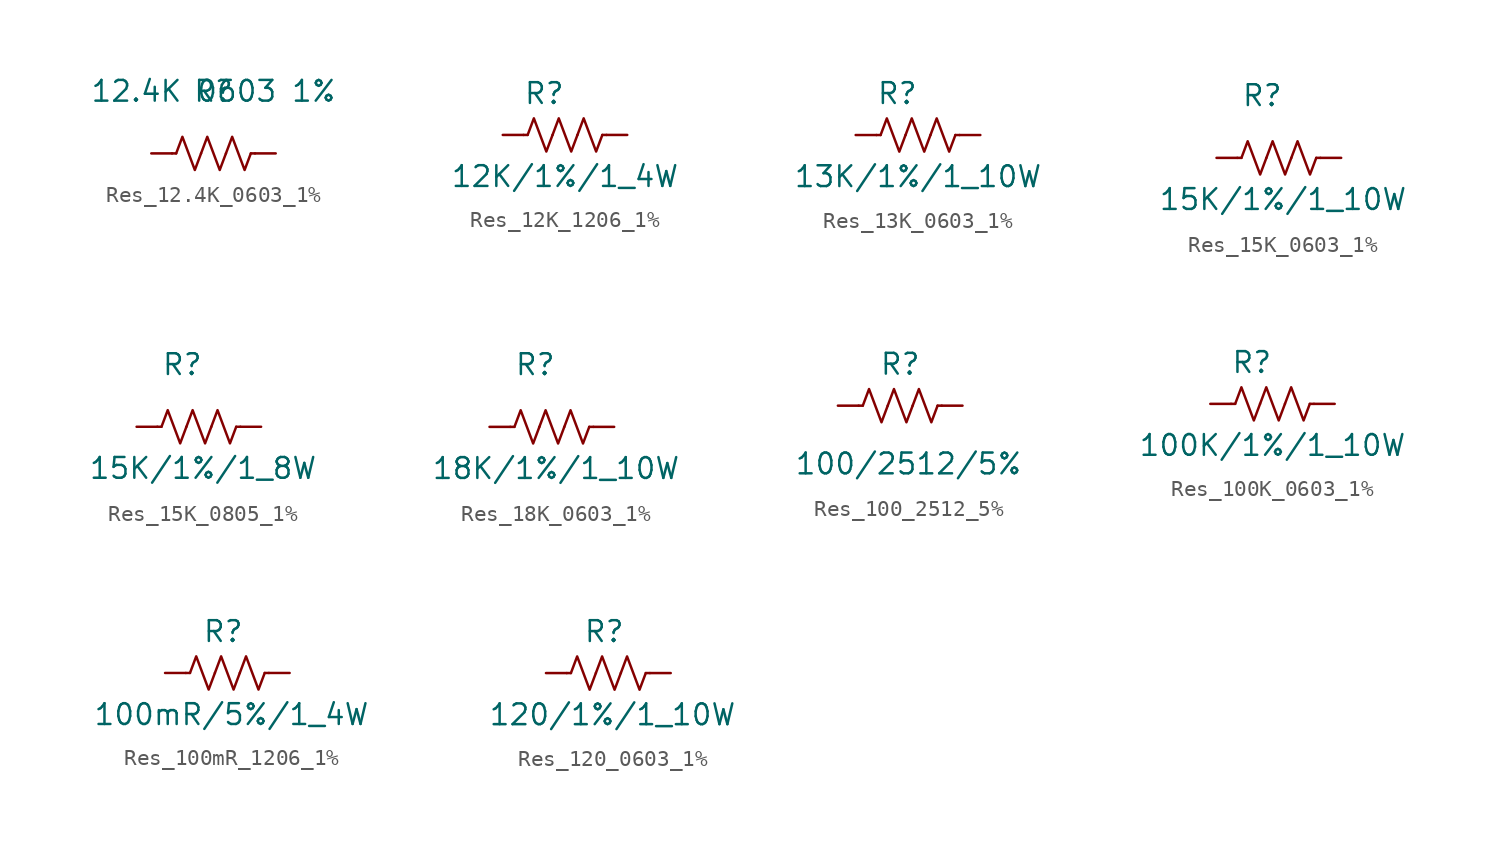
<source format=kicad_sym>
(kicad_symbol_lib
  (version 20231120)
  (generator "kicad_symbol_editor")
  (generator_version "8.0")
  (symbol "Res_12.4K_0603_1%"
    (pin_numbers hide)
    (pin_names hide)
    (property "Reference" "R"
      (at 0 0 0)
      (effects (font (size 1.27 1.27))))
    (property "Value" "12.4K 0603 1%"
      (at 0 0 0)
      (effects (font (size 1.27 1.27))))
    (symbol "Res_12.4K_0603_1%_0_1"
      (polyline (pts (xy -2.286 -3.81) (xy -2.54 -3.81)) (stroke (width 0) (type default)) (fill (type none)))
      (polyline (pts (xy 2.286 -3.81) (xy 2.54 -3.81)) (stroke (width 0) (type default)) (fill (type none)))
      (polyline (pts (xy -2.286 -3.81) (xy -1.905 -2.794) (xy -1.524 -3.81) (xy -1.143 -4.826) (xy -0.762 -3.81)) (stroke (width 0) (type default)) (fill (type none)))
      (polyline (pts (xy 0.762 -3.81) (xy 1.143 -2.794) (xy 1.524 -3.81) (xy 1.905 -4.826) (xy 2.286 -3.81)) (stroke (width 0) (type default)) (fill (type none))))
    (symbol "Res_12.4K_0603_1%_1_1"
      (polyline (pts (xy -0.762 -3.81) (xy -0.381 -2.794) (xy 0 -3.81) (xy 0.381 -4.826) (xy 0.762 -3.81)) (stroke (width 0) (type default)) (fill (type none)))
      (pin passive line (at -3.81 -3.81 0) (length 1.27) (name "~" (effects (font (size 1.27 1.27)))) (number "1" (effects (font (size 1.27 1.27)))))
      (pin passive line (at 3.81 -3.81 180) (length 1.27) (name "~" (effects (font (size 1.27 1.27)))) (number "2" (effects (font (size 1.27 1.27)))))))
  (symbol "Res_12K_1206_1%"
    (pin_numbers hide)
    (pin_names hide)
    (property "Reference" "R"
      (at 2.54 2.54 0)
      (effects (font (size 1.27 1.27))))
    (property "Value" "12K/1%/1_4W"
      (at 3.81 -2.54 0)
      (effects (font (size 1.27 1.27))))
    (symbol "Res_12K_1206_1%_0_1"
      (polyline (pts (xy 1.524 0) (xy 1.27 0)) (stroke (width 0) (type default)) (fill (type none)))
      (polyline (pts (xy 6.096 0) (xy 6.35 0)) (stroke (width 0) (type default)) (fill (type none)))
      (polyline (pts (xy 1.524 0) (xy 1.905 1.016) (xy 2.286 0) (xy 2.667 -1.016) (xy 3.048 0)) (stroke (width 0) (type default)) (fill (type none)))
      (polyline (pts (xy 3.048 0) (xy 3.429 1.016) (xy 3.81 0) (xy 4.191 -1.016) (xy 4.572 0)) (stroke (width 0) (type default)) (fill (type none)))
      (polyline (pts (xy 4.572 0) (xy 4.953 1.016) (xy 5.334 0) (xy 5.715 -1.016) (xy 6.096 0)) (stroke (width 0) (type default)) (fill (type none))))
    (symbol "Res_12K_1206_1%_1_1"
      (pin passive line (at 0 0 0) (length 1.27) (name "~" (effects (font (size 1.27 1.27)))) (number "1" (effects (font (size 1.27 1.27)))))
      (pin passive line (at 7.62 0 180) (length 1.27) (name "~" (effects (font (size 1.27 1.27)))) (number "2" (effects (font (size 1.27 1.27)))))))
  (symbol "Res_13K_0603_1%"
    (pin_numbers hide)
    (pin_names hide)
    (property "Reference" "R"
      (at 2.54 2.54 0)
      (effects (font (size 1.27 1.27))))
    (property "Value" "13K/1%/1_10W"
      (at 3.81 -2.54 0)
      (effects (font (size 1.27 1.27))))
    (symbol "Res_13K_0603_1%_0_1"
      (polyline (pts (xy 1.524 0) (xy 1.27 0)) (stroke (width 0) (type default)) (fill (type none)))
      (polyline (pts (xy 6.096 0) (xy 6.35 0)) (stroke (width 0) (type default)) (fill (type none)))
      (polyline (pts (xy 1.524 0) (xy 1.905 1.016) (xy 2.286 0) (xy 2.667 -1.016) (xy 3.048 0)) (stroke (width 0) (type default)) (fill (type none)))
      (polyline (pts (xy 3.048 0) (xy 3.429 1.016) (xy 3.81 0) (xy 4.191 -1.016) (xy 4.572 0)) (stroke (width 0) (type default)) (fill (type none)))
      (polyline (pts (xy 4.572 0) (xy 4.953 1.016) (xy 5.334 0) (xy 5.715 -1.016) (xy 6.096 0)) (stroke (width 0) (type default)) (fill (type none))))
    (symbol "Res_13K_0603_1%_1_1"
      (pin passive line (at 0 0 0) (length 1.27) (name "~" (effects (font (size 1.27 1.27)))) (number "1" (effects (font (size 1.27 1.27)))))
      (pin passive line (at 7.62 0 180) (length 1.27) (name "~" (effects (font (size 1.27 1.27)))) (number "2" (effects (font (size 1.27 1.27)))))))
  (symbol "Res_15K_0603_1%"
    (pin_numbers hide)
    (pin_names hide)
    (property "Reference" "R"
      (at 2.794 3.81 0)
      (effects (font (size 1.27 1.27))))
    (property "Value" "15K/1%/1_10W"
      (at 4.064 -2.54 0)
      (effects (font (size 1.27 1.27))))
    (symbol "Res_15K_0603_1%_0_1"
      (polyline (pts (xy 1.524 0) (xy 1.27 0)) (stroke (width 0) (type default)) (fill (type none)))
      (polyline (pts (xy 6.096 0) (xy 6.35 0)) (stroke (width 0) (type default)) (fill (type none)))
      (polyline (pts (xy 1.524 0) (xy 1.905 1.016) (xy 2.286 0) (xy 2.667 -1.016) (xy 3.048 0)) (stroke (width 0) (type default)) (fill (type none)))
      (polyline (pts (xy 3.048 0) (xy 3.429 1.016) (xy 3.81 0) (xy 4.191 -1.016) (xy 4.572 0)) (stroke (width 0) (type default)) (fill (type none)))
      (polyline (pts (xy 4.572 0) (xy 4.953 1.016) (xy 5.334 0) (xy 5.715 -1.016) (xy 6.096 0)) (stroke (width 0) (type default)) (fill (type none))))
    (symbol "Res_15K_0603_1%_1_1"
      (pin passive line (at 0 0 0) (length 1.27) (name "~" (effects (font (size 1.27 1.27)))) (number "1" (effects (font (size 1.27 1.27)))))
      (pin passive line (at 7.62 0 180) (length 1.27) (name "~" (effects (font (size 1.27 1.27)))) (number "2" (effects (font (size 1.27 1.27)))))))
  (symbol "Res_15K_0805_1%"
    (pin_numbers hide)
    (pin_names hide)
    (property "Reference" "R"
      (at 2.794 3.81 0)
      (effects (font (size 1.27 1.27))))
    (property "Value" "15K/1%/1_8W"
      (at 4.064 -2.54 0)
      (effects (font (size 1.27 1.27))))
    (symbol "Res_15K_0805_1%_0_1"
      (polyline (pts (xy 1.524 0) (xy 1.27 0)) (stroke (width 0) (type default)) (fill (type none)))
      (polyline (pts (xy 6.096 0) (xy 6.35 0)) (stroke (width 0) (type default)) (fill (type none)))
      (polyline (pts (xy 1.524 0) (xy 1.905 1.016) (xy 2.286 0) (xy 2.667 -1.016) (xy 3.048 0)) (stroke (width 0) (type default)) (fill (type none)))
      (polyline (pts (xy 3.048 0) (xy 3.429 1.016) (xy 3.81 0) (xy 4.191 -1.016) (xy 4.572 0)) (stroke (width 0) (type default)) (fill (type none)))
      (polyline (pts (xy 4.572 0) (xy 4.953 1.016) (xy 5.334 0) (xy 5.715 -1.016) (xy 6.096 0)) (stroke (width 0) (type default)) (fill (type none))))
    (symbol "Res_15K_0805_1%_1_1"
      (pin passive line (at 0 0 0) (length 1.27) (name "~" (effects (font (size 1.27 1.27)))) (number "1" (effects (font (size 1.27 1.27)))))
      (pin passive line (at 7.62 0 180) (length 1.27) (name "~" (effects (font (size 1.27 1.27)))) (number "2" (effects (font (size 1.27 1.27)))))))
  (symbol "Res_18K_0603_1%"
    (pin_numbers hide)
    (pin_names hide)
    (property "Reference" "R"
      (at 2.794 3.81 0)
      (effects (font (size 1.27 1.27))))
    (property "Value" "18K/1%/1_10W"
      (at 4.064 -2.54 0)
      (effects (font (size 1.27 1.27))))
    (symbol "Res_18K_0603_1%_0_1"
      (polyline (pts (xy 1.524 0) (xy 1.27 0)) (stroke (width 0) (type default)) (fill (type none)))
      (polyline (pts (xy 6.096 0) (xy 6.35 0)) (stroke (width 0) (type default)) (fill (type none)))
      (polyline (pts (xy 1.524 0) (xy 1.905 1.016) (xy 2.286 0) (xy 2.667 -1.016) (xy 3.048 0)) (stroke (width 0) (type default)) (fill (type none)))
      (polyline (pts (xy 3.048 0) (xy 3.429 1.016) (xy 3.81 0) (xy 4.191 -1.016) (xy 4.572 0)) (stroke (width 0) (type default)) (fill (type none)))
      (polyline (pts (xy 4.572 0) (xy 4.953 1.016) (xy 5.334 0) (xy 5.715 -1.016) (xy 6.096 0)) (stroke (width 0) (type default)) (fill (type none))))
    (symbol "Res_18K_0603_1%_1_1"
      (pin passive line (at 0 0 0) (length 1.27) (name "~" (effects (font (size 1.27 1.27)))) (number "1" (effects (font (size 1.27 1.27)))))
      (pin passive line (at 7.62 0 180) (length 1.27) (name "~" (effects (font (size 1.27 1.27)))) (number "2" (effects (font (size 1.27 1.27)))))))
  (symbol "Res_100_2512_5%"
    (pin_numbers hide)
    (pin_names hide)
    (property "Reference" "R"
      (at 0 0 0)
      (effects (font (size 1.27 1.27))))
    (property "Value" "100/2512/5%"
      (at 0.508 -6.096 0)
      (effects (font (size 1.27 1.27))))
    (symbol "Res_100_2512_5%_0_1"
      (polyline (pts (xy -2.286 -2.54) (xy -2.54 -2.54)) (stroke (width 0) (type default)) (fill (type none)))
      (polyline (pts (xy 2.286 -2.54) (xy 2.54 -2.54)) (stroke (width 0) (type default)) (fill (type none)))
      (polyline (pts (xy -2.286 -2.54) (xy -1.905 -1.524) (xy -1.524 -2.54) (xy -1.143 -3.556) (xy -0.762 -2.54)) (stroke (width 0) (type default)) (fill (type none)))
      (polyline (pts (xy 0.762 -2.54) (xy 1.143 -1.524) (xy 1.524 -2.54) (xy 1.905 -3.556) (xy 2.286 -2.54)) (stroke (width 0) (type default)) (fill (type none))))
    (symbol "Res_100_2512_5%_1_1"
      (polyline (pts (xy -0.762 -2.54) (xy -0.381 -1.524) (xy 0 -2.54) (xy 0.381 -3.556) (xy 0.762 -2.54)) (stroke (width 0) (type default)) (fill (type none)))
      (pin passive line (at -3.81 -2.54 0) (length 1.27) (name "~" (effects (font (size 1.27 1.27)))) (number "1" (effects (font (size 1.27 1.27)))))
      (pin passive line (at 3.81 -2.54 180) (length 1.27) (name "~" (effects (font (size 1.27 1.27)))) (number "2" (effects (font (size 1.27 1.27)))))))
  (symbol "Res_100K_0603_1%"
    (pin_numbers hide)
    (pin_names hide)
    (property "Reference" "R"
      (at 2.54 2.54 0)
      (effects (font (size 1.27 1.27))))
    (property "Value" "100K/1%/1_10W"
      (at 3.81 -2.54 0)
      (effects (font (size 1.27 1.27))))
    (symbol "Res_100K_0603_1%_0_1"
      (polyline (pts (xy 1.524 0) (xy 1.27 0)) (stroke (width 0) (type default)) (fill (type none)))
      (polyline (pts (xy 6.096 0) (xy 6.35 0)) (stroke (width 0) (type default)) (fill (type none)))
      (polyline (pts (xy 1.524 0) (xy 1.905 1.016) (xy 2.286 0) (xy 2.667 -1.016) (xy 3.048 0)) (stroke (width 0) (type default)) (fill (type none)))
      (polyline (pts (xy 3.048 0) (xy 3.429 1.016) (xy 3.81 0) (xy 4.191 -1.016) (xy 4.572 0)) (stroke (width 0) (type default)) (fill (type none)))
      (polyline (pts (xy 4.572 0) (xy 4.953 1.016) (xy 5.334 0) (xy 5.715 -1.016) (xy 6.096 0)) (stroke (width 0) (type default)) (fill (type none))))
    (symbol "Res_100K_0603_1%_1_1"
      (pin passive line (at 0 0 0) (length 1.27) (name "~" (effects (font (size 1.27 1.27)))) (number "1" (effects (font (size 1.27 1.27)))))
      (pin passive line (at 7.62 0 180) (length 1.27) (name "~" (effects (font (size 1.27 1.27)))) (number "2" (effects (font (size 1.27 1.27)))))))
  (symbol "Res_100mR_1206_1%"
    (pin_numbers hide)
    (pin_names hide)
    (property "Reference" "R"
      (at 3.556 2.54 0)
      (effects (font (size 1.27 1.27))))
    (property "Value" "100mR/5%/1_4W"
      (at 4.064 -2.54 0)
      (effects (font (size 1.27 1.27))))
    (symbol "Res_100mR_1206_1%_0_1"
      (polyline (pts (xy 1.524 0) (xy 1.27 0)) (stroke (width 0) (type default)) (fill (type none)))
      (polyline (pts (xy 6.096 0) (xy 6.35 0)) (stroke (width 0) (type default)) (fill (type none)))
      (polyline (pts (xy 1.524 0) (xy 1.905 1.016) (xy 2.286 0) (xy 2.667 -1.016) (xy 3.048 0)) (stroke (width 0) (type default)) (fill (type none)))
      (polyline (pts (xy 4.572 0) (xy 4.953 1.016) (xy 5.334 0) (xy 5.715 -1.016) (xy 6.096 0)) (stroke (width 0) (type default)) (fill (type none))))
    (symbol "Res_100mR_1206_1%_1_1"
      (polyline (pts (xy 3.048 0) (xy 3.429 1.016) (xy 3.81 0) (xy 4.191 -1.016) (xy 4.572 0)) (stroke (width 0) (type default)) (fill (type none)))
      (pin passive line (at 0 0 0) (length 1.27) (name "~" (effects (font (size 1.27 1.27)))) (number "1" (effects (font (size 1.27 1.27)))))
      (pin passive line (at 7.62 0 180) (length 1.27) (name "~" (effects (font (size 1.27 1.27)))) (number "2" (effects (font (size 1.27 1.27)))))))
  (symbol "Res_120_0603_1%"
    (pin_numbers hide)
    (pin_names hide)
    (property "Reference" "R"
      (at 3.556 2.54 0)
      (effects (font (size 1.27 1.27))))
    (property "Value" "120/1%/1_10W"
      (at 4.064 -2.54 0)
      (effects (font (size 1.27 1.27))))
    (symbol "Res_120_0603_1%_0_1"
      (polyline (pts (xy 1.524 0) (xy 1.27 0)) (stroke (width 0) (type default)) (fill (type none)))
      (polyline (pts (xy 6.096 0) (xy 6.35 0)) (stroke (width 0) (type default)) (fill (type none)))
      (polyline (pts (xy 1.524 0) (xy 1.905 1.016) (xy 2.286 0) (xy 2.667 -1.016) (xy 3.048 0)) (stroke (width 0) (type default)) (fill (type none)))
      (polyline (pts (xy 3.048 0) (xy 3.429 1.016) (xy 3.81 0) (xy 4.191 -1.016) (xy 4.572 0)) (stroke (width 0) (type default)) (fill (type none)))
      (polyline (pts (xy 4.572 0) (xy 4.953 1.016) (xy 5.334 0) (xy 5.715 -1.016) (xy 6.096 0)) (stroke (width 0) (type default)) (fill (type none))))
    (symbol "Res_120_0603_1%_1_1"
      (pin passive line (at 0 0 0) (length 1.27) (name "~" (effects (font (size 1.27 1.27)))) (number "1" (effects (font (size 1.27 1.27)))))
      (pin passive line (at 7.62 0 180) (length 1.27) (name "~" (effects (font (size 1.27 1.27)))) (number "2" (effects (font (size 1.27 1.27))))))))
</source>
